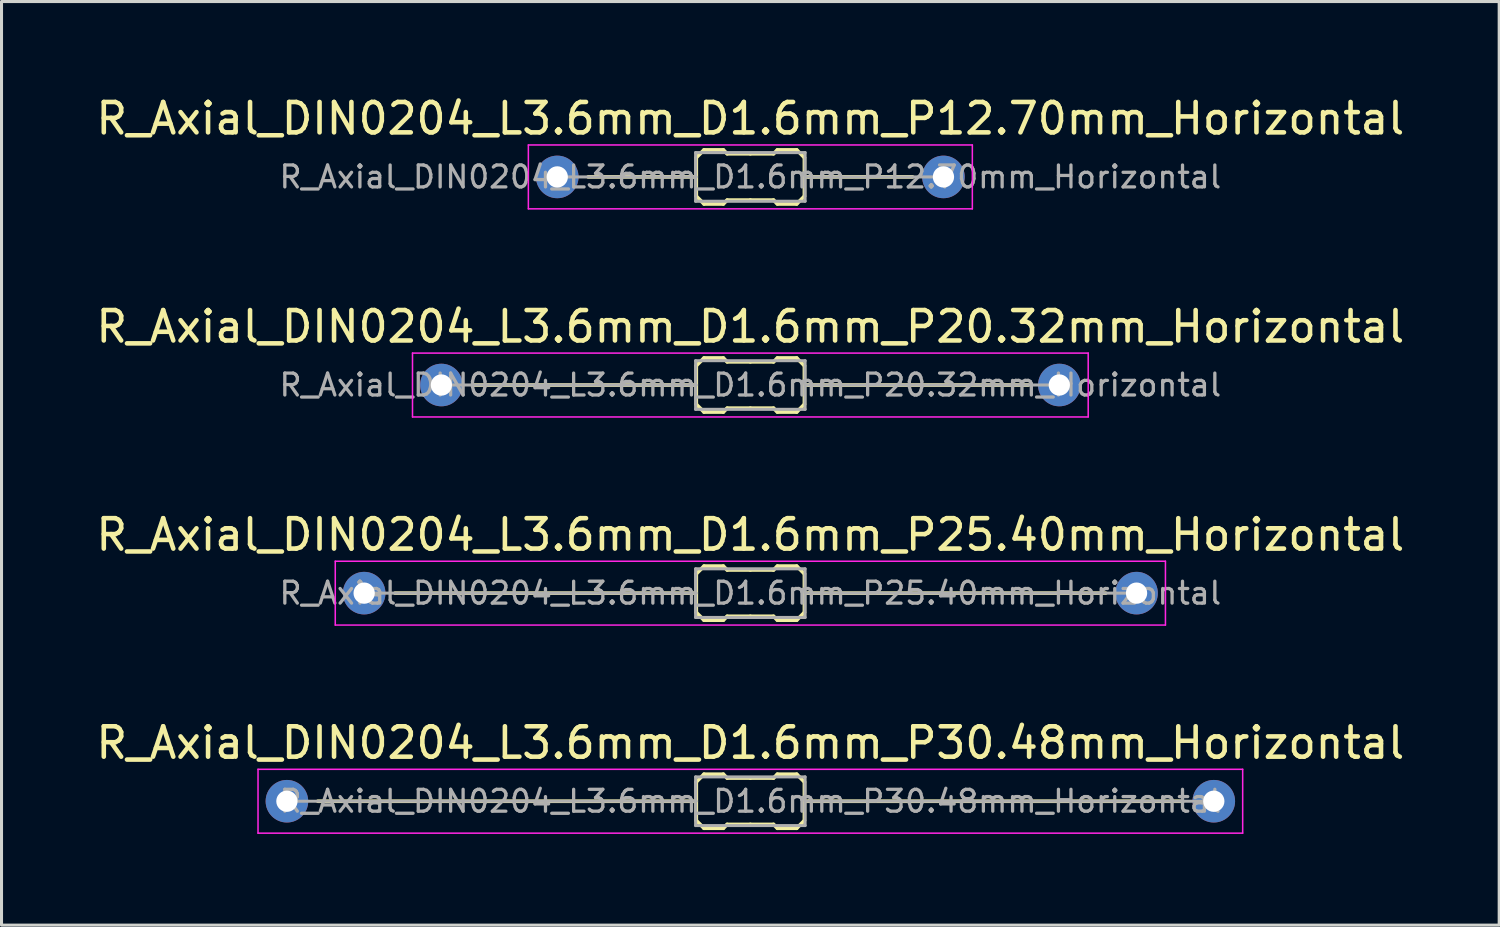
<source format=kicad_pcb>
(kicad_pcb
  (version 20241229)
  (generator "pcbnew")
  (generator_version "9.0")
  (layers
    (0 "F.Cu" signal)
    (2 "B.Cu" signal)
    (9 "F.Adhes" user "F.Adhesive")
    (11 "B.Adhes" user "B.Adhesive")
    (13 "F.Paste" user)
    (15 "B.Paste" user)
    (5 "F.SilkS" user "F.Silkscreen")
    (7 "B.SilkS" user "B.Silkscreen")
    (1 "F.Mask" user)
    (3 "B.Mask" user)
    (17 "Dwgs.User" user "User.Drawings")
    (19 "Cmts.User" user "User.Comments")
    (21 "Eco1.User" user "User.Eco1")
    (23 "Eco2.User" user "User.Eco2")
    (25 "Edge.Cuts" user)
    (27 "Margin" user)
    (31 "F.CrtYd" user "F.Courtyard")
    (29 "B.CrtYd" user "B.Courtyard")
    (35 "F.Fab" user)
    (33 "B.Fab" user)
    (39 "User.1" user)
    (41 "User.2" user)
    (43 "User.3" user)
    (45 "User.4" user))
  (footprint "R_Axial_DIN0204_L3.6mm_D1.6mm_P20.32mm_Horizontal"
    (layer "F.Cu")
    (at 11.465 9.611)
    (property "Reference" "R_Axial_DIN0204_L3.6mm_D1.6mm_P20.32mm_Horizontal" (at 10.16 -1.92 0) (layer "F.SilkS") (effects (font (size 1 1) (thickness 0.15))))
    (attr through_hole)
    (fp_line (start 1.016 0) (end 8.24 0) (stroke (width 0.12) (type solid)) (layer "F.SilkS"))
    (fp_line (start 8.24 0) (end 8.382 0) (stroke (width 0.12) (type solid)) (layer "F.SilkS"))
    (fp_line (start 8.382 -0.635) (end 8.636 -0.889) (stroke (width 0.12) (type solid)) (layer "F.SilkS"))
    (fp_line (start 8.382 0.635) (end 8.382 -0.635) (stroke (width 0.12) (type solid)) (layer "F.SilkS"))
    (fp_line (start 8.382 0.635) (end 8.636 0.889) (stroke (width 0.12) (type solid)) (layer "F.SilkS"))
    (fp_line (start 8.636 -0.889) (end 9.271 -0.889) (stroke (width 0.12) (type solid)) (layer "F.SilkS"))
    (fp_line (start 8.636 0.889) (end 9.271 0.889) (stroke (width 0.12) (type solid)) (layer "F.SilkS"))
    (fp_line (start 9.271 -0.889) (end 9.398 -0.762) (stroke (width 0.12) (type solid)) (layer "F.SilkS"))
    (fp_line (start 9.271 0.889) (end 9.398 0.762) (stroke (width 0.12) (type solid)) (layer "F.SilkS"))
    (fp_line (start 9.398 -0.762) (end 10.16 -0.762) (stroke (width 0.12) (type solid)) (layer "F.SilkS"))
    (fp_line (start 9.398 0.762) (end 10.16 0.762) (stroke (width 0.12) (type solid)) (layer "F.SilkS"))
    (fp_line (start 10.922 -0.762) (end 10.16 -0.762) (stroke (width 0.12) (type solid)) (layer "F.SilkS"))
    (fp_line (start 10.922 0.762) (end 10.16 0.762) (stroke (width 0.12) (type solid)) (layer "F.SilkS"))
    (fp_line (start 11.049 -0.889) (end 10.922 -0.762) (stroke (width 0.12) (type solid)) (layer "F.SilkS"))
    (fp_line (start 11.049 0.889) (end 10.922 0.762) (stroke (width 0.12) (type solid)) (layer "F.SilkS"))
    (fp_line (start 11.684 -0.889) (end 11.049 -0.889) (stroke (width 0.12) (type solid)) (layer "F.SilkS"))
    (fp_line (start 11.684 0.889) (end 11.049 0.889) (stroke (width 0.12) (type solid)) (layer "F.SilkS"))
    (fp_line (start 11.938 -0.635) (end 11.684 -0.889) (stroke (width 0.12) (type solid)) (layer "F.SilkS"))
    (fp_line (start 11.938 -0.635) (end 11.938 0.635) (stroke (width 0.12) (type solid)) (layer "F.SilkS"))
    (fp_line (start 11.938 0.635) (end 11.684 0.889) (stroke (width 0.12) (type solid)) (layer "F.SilkS"))
    (fp_line (start 12.065 0) (end 11.938 0) (stroke (width 0.12) (type solid)) (layer "F.SilkS"))
    (fp_line (start 19.304 0) (end 12.08 0) (stroke (width 0.12) (type solid)) (layer "F.SilkS"))
    (fp_line (start -0.95 -1.05) (end -0.95 1.05) (stroke (width 0.05) (type solid)) (layer "F.CrtYd"))
    (fp_line (start -0.95 1.05) (end 21.27 1.05) (stroke (width 0.05) (type solid)) (layer "F.CrtYd"))
    (fp_line (start 21.27 -1.05) (end -0.95 -1.05) (stroke (width 0.05) (type solid)) (layer "F.CrtYd"))
    (fp_line (start 21.27 1.05) (end 21.27 -1.05) (stroke (width 0.05) (type solid)) (layer "F.CrtYd"))
    (fp_line (start 0 0) (end 8.382 0) (stroke (width 0.1) (type solid)) (layer "F.Fab"))
    (fp_line (start 8.36 -0.8) (end 8.36 0.8) (stroke (width 0.1) (type solid)) (layer "F.Fab"))
    (fp_line (start 8.36 0.8) (end 11.96 0.8) (stroke (width 0.1) (type solid)) (layer "F.Fab"))
    (fp_line (start 11.96 -0.8) (end 8.36 -0.8) (stroke (width 0.1) (type solid)) (layer "F.Fab"))
    (fp_line (start 11.96 0.8) (end 11.96 -0.8) (stroke (width 0.1) (type solid)) (layer "F.Fab"))
    (fp_line (start 20.32 0) (end 11.96 0) (stroke (width 0.1) (type solid)) (layer "F.Fab"))
    (fp_text user "${REFERENCE}" (at 10.16 0 0) (layer "F.Fab") (effects (font (size 0.72 0.72) (thickness 0.108))))
    (pad "1" thru_hole circle (at 0 0) (size 1.4 1.4) (drill 0.7) (layers "*.Cu" "*.Mask"))
    (pad "2" thru_hole oval (at 20.32 0) (size 1.4 1.4) (drill 0.7) (layers "*.Cu" "*.Mask")))
  (footprint "R_Axial_DIN0204_L3.6mm_D1.6mm_P30.48mm_Horizontal"
    (layer "F.Cu")
    (at 6.385 23.298)
    (property "Reference" "R_Axial_DIN0204_L3.6mm_D1.6mm_P30.48mm_Horizontal" (at 15.24 -1.92 0) (layer "F.SilkS") (effects (font (size 1 1) (thickness 0.15))))
    (attr through_hole)
    (fp_line (start 1.016 0) (end 13.32 0) (stroke (width 0.12) (type solid)) (layer "F.SilkS"))
    (fp_line (start 13.32 0) (end 13.462 0) (stroke (width 0.12) (type solid)) (layer "F.SilkS"))
    (fp_line (start 13.462 -0.635) (end 13.716 -0.889) (stroke (width 0.12) (type solid)) (layer "F.SilkS"))
    (fp_line (start 13.462 0.635) (end 13.462 -0.635) (stroke (width 0.12) (type solid)) (layer "F.SilkS"))
    (fp_line (start 13.462 0.635) (end 13.716 0.889) (stroke (width 0.12) (type solid)) (layer "F.SilkS"))
    (fp_line (start 13.716 -0.889) (end 14.351 -0.889) (stroke (width 0.12) (type solid)) (layer "F.SilkS"))
    (fp_line (start 13.716 0.889) (end 14.351 0.889) (stroke (width 0.12) (type solid)) (layer "F.SilkS"))
    (fp_line (start 14.351 -0.889) (end 14.478 -0.762) (stroke (width 0.12) (type solid)) (layer "F.SilkS"))
    (fp_line (start 14.351 0.889) (end 14.478 0.762) (stroke (width 0.12) (type solid)) (layer "F.SilkS"))
    (fp_line (start 14.478 -0.762) (end 15.24 -0.762) (stroke (width 0.12) (type solid)) (layer "F.SilkS"))
    (fp_line (start 14.478 0.762) (end 15.24 0.762) (stroke (width 0.12) (type solid)) (layer "F.SilkS"))
    (fp_line (start 16.002 -0.762) (end 15.24 -0.762) (stroke (width 0.12) (type solid)) (layer "F.SilkS"))
    (fp_line (start 16.002 0.762) (end 15.24 0.762) (stroke (width 0.12) (type solid)) (layer "F.SilkS"))
    (fp_line (start 16.129 -0.889) (end 16.002 -0.762) (stroke (width 0.12) (type solid)) (layer "F.SilkS"))
    (fp_line (start 16.129 0.889) (end 16.002 0.762) (stroke (width 0.12) (type solid)) (layer "F.SilkS"))
    (fp_line (start 16.764 -0.889) (end 16.129 -0.889) (stroke (width 0.12) (type solid)) (layer "F.SilkS"))
    (fp_line (start 16.764 0.889) (end 16.129 0.889) (stroke (width 0.12) (type solid)) (layer "F.SilkS"))
    (fp_line (start 17.018 -0.635) (end 16.764 -0.889) (stroke (width 0.12) (type solid)) (layer "F.SilkS"))
    (fp_line (start 17.018 -0.635) (end 17.018 0.635) (stroke (width 0.12) (type solid)) (layer "F.SilkS"))
    (fp_line (start 17.018 0.635) (end 16.764 0.889) (stroke (width 0.12) (type solid)) (layer "F.SilkS"))
    (fp_line (start 17.145 0) (end 17.018 0) (stroke (width 0.12) (type solid)) (layer "F.SilkS"))
    (fp_line (start 29.464 0) (end 17.16 0) (stroke (width 0.12) (type solid)) (layer "F.SilkS"))
    (fp_line (start -0.95 -1.05) (end -0.95 1.05) (stroke (width 0.05) (type solid)) (layer "F.CrtYd"))
    (fp_line (start -0.95 1.05) (end 31.43 1.05) (stroke (width 0.05) (type solid)) (layer "F.CrtYd"))
    (fp_line (start 31.43 -1.05) (end -0.95 -1.05) (stroke (width 0.05) (type solid)) (layer "F.CrtYd"))
    (fp_line (start 31.43 1.05) (end 31.43 -1.05) (stroke (width 0.05) (type solid)) (layer "F.CrtYd"))
    (fp_line (start 0 0) (end 13.462 0) (stroke (width 0.1) (type solid)) (layer "F.Fab"))
    (fp_line (start 13.44 -0.8) (end 13.44 0.8) (stroke (width 0.1) (type solid)) (layer "F.Fab"))
    (fp_line (start 13.44 0.8) (end 17.04 0.8) (stroke (width 0.1) (type solid)) (layer "F.Fab"))
    (fp_line (start 17.04 -0.8) (end 13.44 -0.8) (stroke (width 0.1) (type solid)) (layer "F.Fab"))
    (fp_line (start 17.04 0.8) (end 17.04 -0.8) (stroke (width 0.1) (type solid)) (layer "F.Fab"))
    (fp_line (start 30.48 0) (end 17.04 0) (stroke (width 0.1) (type solid)) (layer "F.Fab"))
    (fp_text user "${REFERENCE}" (at 15.24 0 0) (layer "F.Fab") (effects (font (size 0.72 0.72) (thickness 0.108))))
    (pad "1" thru_hole circle (at 0 0) (size 1.4 1.4) (drill 0.7) (layers "*.Cu" "*.Mask"))
    (pad "2" thru_hole oval (at 30.48 0) (size 1.4 1.4) (drill 0.7) (layers "*.Cu" "*.Mask")))
  (footprint "R_Axial_DIN0204_L3.6mm_D1.6mm_P12.70mm_Horizontal"
    (layer "F.Cu")
    (at 15.275 2.768)
    (property "Reference" "R_Axial_DIN0204_L3.6mm_D1.6mm_P12.70mm_Horizontal" (at 6.35 -1.92 0) (layer "F.SilkS") (effects (font (size 1 1) (thickness 0.15))))
    (attr through_hole)
    (fp_line (start 1.016 0) (end 4.43 0) (stroke (width 0.12) (type solid)) (layer "F.SilkS"))
    (fp_line (start 4.43 0) (end 4.572 0) (stroke (width 0.12) (type solid)) (layer "F.SilkS"))
    (fp_line (start 4.572 -0.635) (end 4.826 -0.889) (stroke (width 0.12) (type solid)) (layer "F.SilkS"))
    (fp_line (start 4.572 0.635) (end 4.572 -0.635) (stroke (width 0.12) (type solid)) (layer "F.SilkS"))
    (fp_line (start 4.572 0.635) (end 4.826 0.889) (stroke (width 0.12) (type solid)) (layer "F.SilkS"))
    (fp_line (start 4.826 -0.889) (end 5.461 -0.889) (stroke (width 0.12) (type solid)) (layer "F.SilkS"))
    (fp_line (start 4.826 0.889) (end 5.461 0.889) (stroke (width 0.12) (type solid)) (layer "F.SilkS"))
    (fp_line (start 5.461 -0.889) (end 5.588 -0.762) (stroke (width 0.12) (type solid)) (layer "F.SilkS"))
    (fp_line (start 5.461 0.889) (end 5.588 0.762) (stroke (width 0.12) (type solid)) (layer "F.SilkS"))
    (fp_line (start 5.588 -0.762) (end 6.35 -0.762) (stroke (width 0.12) (type solid)) (layer "F.SilkS"))
    (fp_line (start 5.588 0.762) (end 6.35 0.762) (stroke (width 0.12) (type solid)) (layer "F.SilkS"))
    (fp_line (start 7.112 -0.762) (end 6.35 -0.762) (stroke (width 0.12) (type solid)) (layer "F.SilkS"))
    (fp_line (start 7.112 0.762) (end 6.35 0.762) (stroke (width 0.12) (type solid)) (layer "F.SilkS"))
    (fp_line (start 7.239 -0.889) (end 7.112 -0.762) (stroke (width 0.12) (type solid)) (layer "F.SilkS"))
    (fp_line (start 7.239 0.889) (end 7.112 0.762) (stroke (width 0.12) (type solid)) (layer "F.SilkS"))
    (fp_line (start 7.874 -0.889) (end 7.239 -0.889) (stroke (width 0.12) (type solid)) (layer "F.SilkS"))
    (fp_line (start 7.874 0.889) (end 7.239 0.889) (stroke (width 0.12) (type solid)) (layer "F.SilkS"))
    (fp_line (start 8.128 -0.635) (end 7.874 -0.889) (stroke (width 0.12) (type solid)) (layer "F.SilkS"))
    (fp_line (start 8.128 -0.635) (end 8.128 0.635) (stroke (width 0.12) (type solid)) (layer "F.SilkS"))
    (fp_line (start 8.128 0.635) (end 7.874 0.889) (stroke (width 0.12) (type solid)) (layer "F.SilkS"))
    (fp_line (start 8.255 0) (end 8.128 0) (stroke (width 0.12) (type solid)) (layer "F.SilkS"))
    (fp_line (start 11.684 0) (end 8.27 0) (stroke (width 0.12) (type solid)) (layer "F.SilkS"))
    (fp_line (start -0.95 -1.05) (end -0.95 1.05) (stroke (width 0.05) (type solid)) (layer "F.CrtYd"))
    (fp_line (start -0.95 1.05) (end 13.65 1.05) (stroke (width 0.05) (type solid)) (layer "F.CrtYd"))
    (fp_line (start 13.65 -1.05) (end -0.95 -1.05) (stroke (width 0.05) (type solid)) (layer "F.CrtYd"))
    (fp_line (start 13.65 1.05) (end 13.65 -1.05) (stroke (width 0.05) (type solid)) (layer "F.CrtYd"))
    (fp_line (start 0 0) (end 4.572 0) (stroke (width 0.1) (type solid)) (layer "F.Fab"))
    (fp_line (start 4.55 -0.8) (end 4.55 0.8) (stroke (width 0.1) (type solid)) (layer "F.Fab"))
    (fp_line (start 4.55 0.8) (end 8.15 0.8) (stroke (width 0.1) (type solid)) (layer "F.Fab"))
    (fp_line (start 8.15 -0.8) (end 4.55 -0.8) (stroke (width 0.1) (type solid)) (layer "F.Fab"))
    (fp_line (start 8.15 0.8) (end 8.15 -0.8) (stroke (width 0.1) (type solid)) (layer "F.Fab"))
    (fp_line (start 12.7 0) (end 8.15 0) (stroke (width 0.1) (type solid)) (layer "F.Fab"))
    (fp_text user "${REFERENCE}" (at 6.35 0 0) (layer "F.Fab") (effects (font (size 0.72 0.72) (thickness 0.108))))
    (pad "1" thru_hole circle (at 0 0) (size 1.4 1.4) (drill 0.7) (layers "*.Cu" "*.Mask"))
    (pad "2" thru_hole oval (at 12.7 0) (size 1.4 1.4) (drill 0.7) (layers "*.Cu" "*.Mask")))
  (footprint "R_Axial_DIN0204_L3.6mm_D1.6mm_P25.40mm_Horizontal"
    (layer "F.Cu")
    (at 8.925 16.455)
    (property "Reference" "R_Axial_DIN0204_L3.6mm_D1.6mm_P25.40mm_Horizontal" (at 12.7 -1.92 0) (layer "F.SilkS") (effects (font (size 1 1) (thickness 0.15))))
    (attr through_hole)
    (fp_line (start 1.016 0) (end 10.78 0) (stroke (width 0.12) (type solid)) (layer "F.SilkS"))
    (fp_line (start 10.78 0) (end 10.922 0) (stroke (width 0.12) (type solid)) (layer "F.SilkS"))
    (fp_line (start 10.922 -0.635) (end 11.176 -0.889) (stroke (width 0.12) (type solid)) (layer "F.SilkS"))
    (fp_line (start 10.922 0.635) (end 10.922 -0.635) (stroke (width 0.12) (type solid)) (layer "F.SilkS"))
    (fp_line (start 10.922 0.635) (end 11.176 0.889) (stroke (width 0.12) (type solid)) (layer "F.SilkS"))
    (fp_line (start 11.176 -0.889) (end 11.811 -0.889) (stroke (width 0.12) (type solid)) (layer "F.SilkS"))
    (fp_line (start 11.176 0.889) (end 11.811 0.889) (stroke (width 0.12) (type solid)) (layer "F.SilkS"))
    (fp_line (start 11.811 -0.889) (end 11.938 -0.762) (stroke (width 0.12) (type solid)) (layer "F.SilkS"))
    (fp_line (start 11.811 0.889) (end 11.938 0.762) (stroke (width 0.12) (type solid)) (layer "F.SilkS"))
    (fp_line (start 11.938 -0.762) (end 12.7 -0.762) (stroke (width 0.12) (type solid)) (layer "F.SilkS"))
    (fp_line (start 11.938 0.762) (end 12.7 0.762) (stroke (width 0.12) (type solid)) (layer "F.SilkS"))
    (fp_line (start 13.462 -0.762) (end 12.7 -0.762) (stroke (width 0.12) (type solid)) (layer "F.SilkS"))
    (fp_line (start 13.462 0.762) (end 12.7 0.762) (stroke (width 0.12) (type solid)) (layer "F.SilkS"))
    (fp_line (start 13.589 -0.889) (end 13.462 -0.762) (stroke (width 0.12) (type solid)) (layer "F.SilkS"))
    (fp_line (start 13.589 0.889) (end 13.462 0.762) (stroke (width 0.12) (type solid)) (layer "F.SilkS"))
    (fp_line (start 14.224 -0.889) (end 13.589 -0.889) (stroke (width 0.12) (type solid)) (layer "F.SilkS"))
    (fp_line (start 14.224 0.889) (end 13.589 0.889) (stroke (width 0.12) (type solid)) (layer "F.SilkS"))
    (fp_line (start 14.478 -0.635) (end 14.224 -0.889) (stroke (width 0.12) (type solid)) (layer "F.SilkS"))
    (fp_line (start 14.478 -0.635) (end 14.478 0.635) (stroke (width 0.12) (type solid)) (layer "F.SilkS"))
    (fp_line (start 14.478 0.635) (end 14.224 0.889) (stroke (width 0.12) (type solid)) (layer "F.SilkS"))
    (fp_line (start 14.605 0) (end 14.478 0) (stroke (width 0.12) (type solid)) (layer "F.SilkS"))
    (fp_line (start 24.384 0) (end 14.62 0) (stroke (width 0.12) (type solid)) (layer "F.SilkS"))
    (fp_line (start -0.95 -1.05) (end -0.95 1.05) (stroke (width 0.05) (type solid)) (layer "F.CrtYd"))
    (fp_line (start -0.95 1.05) (end 26.35 1.05) (stroke (width 0.05) (type solid)) (layer "F.CrtYd"))
    (fp_line (start 26.35 -1.05) (end -0.95 -1.05) (stroke (width 0.05) (type solid)) (layer "F.CrtYd"))
    (fp_line (start 26.35 1.05) (end 26.35 -1.05) (stroke (width 0.05) (type solid)) (layer "F.CrtYd"))
    (fp_line (start 0 0) (end 10.922 0) (stroke (width 0.1) (type solid)) (layer "F.Fab"))
    (fp_line (start 10.9 -0.8) (end 10.9 0.8) (stroke (width 0.1) (type solid)) (layer "F.Fab"))
    (fp_line (start 10.9 0.8) (end 14.5 0.8) (stroke (width 0.1) (type solid)) (layer "F.Fab"))
    (fp_line (start 14.5 -0.8) (end 10.9 -0.8) (stroke (width 0.1) (type solid)) (layer "F.Fab"))
    (fp_line (start 14.5 0.8) (end 14.5 -0.8) (stroke (width 0.1) (type solid)) (layer "F.Fab"))
    (fp_line (start 25.4 0) (end 14.5 0) (stroke (width 0.1) (type solid)) (layer "F.Fab"))
    (fp_text user "${REFERENCE}" (at 12.7 0 0) (layer "F.Fab") (effects (font (size 0.72 0.72) (thickness 0.108))))
    (pad "1" thru_hole circle (at 0 0) (size 1.4 1.4) (drill 0.7) (layers "*.Cu" "*.Mask"))
    (pad "2" thru_hole oval (at 25.4 0) (size 1.4 1.4) (drill 0.7) (layers "*.Cu" "*.Mask")))
  (gr_rect
    (start -3 -3)
    (end 46.25 27.373)
    (stroke (width 0.1) (type default))
    (fill no)
    (layer "Edge.Cuts")))
</source>
